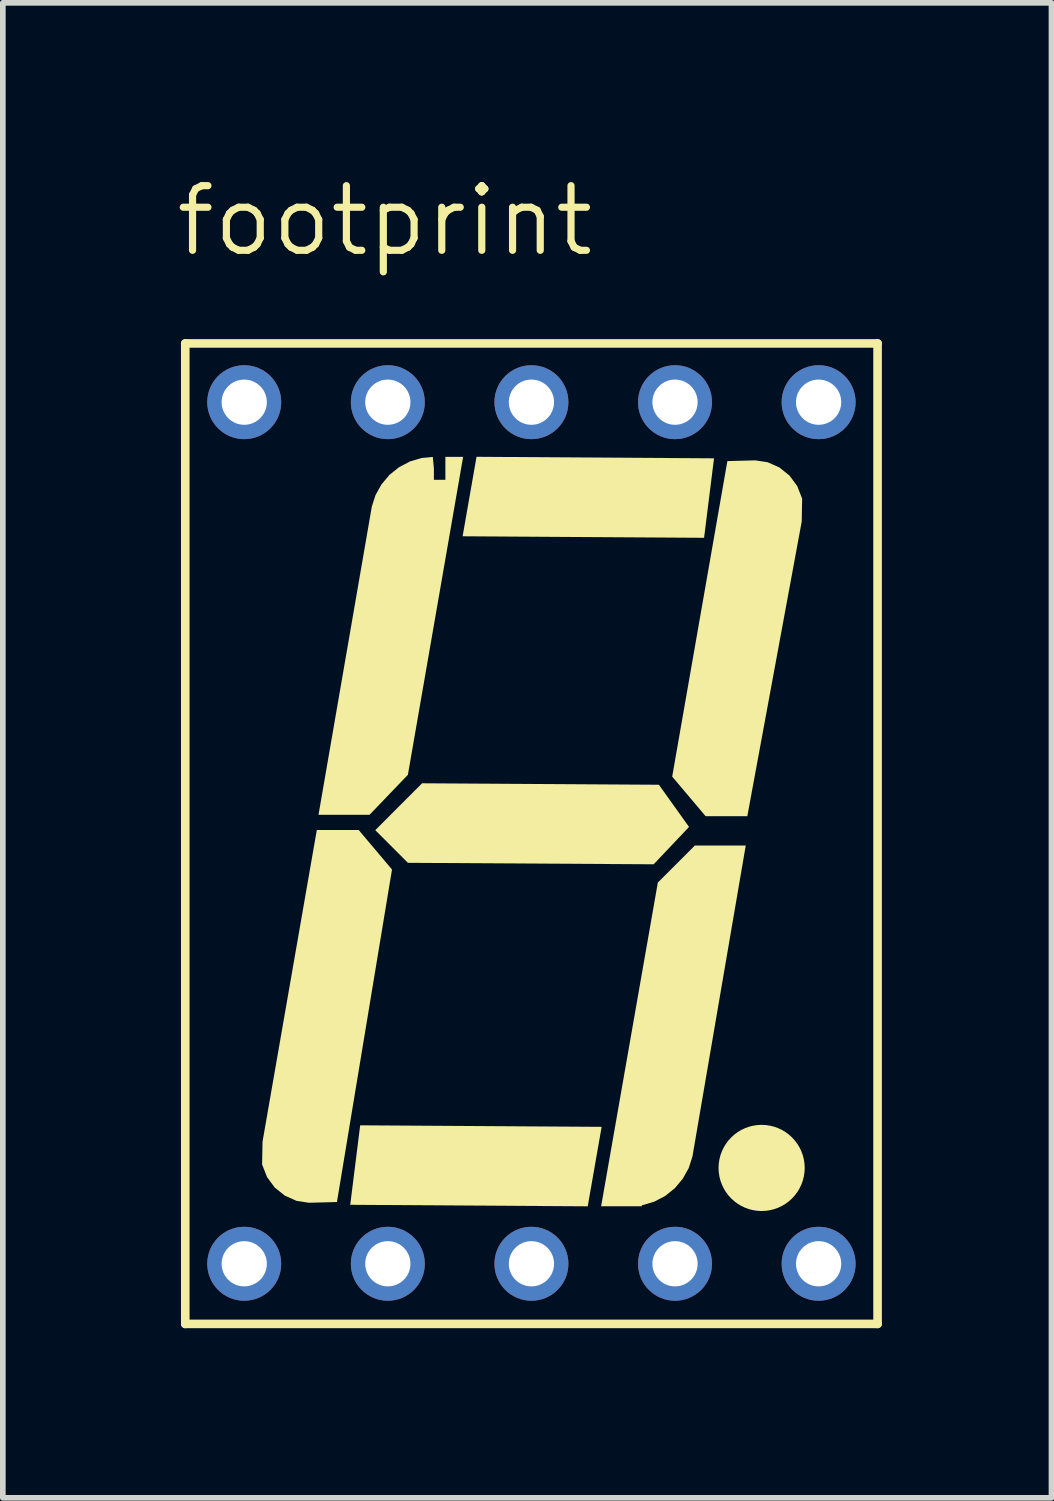
<source format=kicad_pcb>
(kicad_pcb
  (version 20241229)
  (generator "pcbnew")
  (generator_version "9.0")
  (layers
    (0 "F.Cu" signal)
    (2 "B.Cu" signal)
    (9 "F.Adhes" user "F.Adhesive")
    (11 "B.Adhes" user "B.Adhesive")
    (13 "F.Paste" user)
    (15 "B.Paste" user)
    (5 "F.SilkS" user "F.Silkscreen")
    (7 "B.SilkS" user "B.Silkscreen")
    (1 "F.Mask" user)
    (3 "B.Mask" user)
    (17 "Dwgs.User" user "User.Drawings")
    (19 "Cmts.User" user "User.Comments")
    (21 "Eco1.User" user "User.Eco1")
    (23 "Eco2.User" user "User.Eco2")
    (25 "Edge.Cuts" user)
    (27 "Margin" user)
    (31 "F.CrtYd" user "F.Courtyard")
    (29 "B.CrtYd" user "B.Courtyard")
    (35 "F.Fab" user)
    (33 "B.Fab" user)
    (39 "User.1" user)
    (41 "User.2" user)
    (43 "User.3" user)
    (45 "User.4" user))
  (footprint "footprint"
    (layer "F.Cu")
    (at 6.35 11.684)
    (property "Reference" "footprint" (at -6.35 -10.16 0) (layer "F.SilkS") (effects (font (size 1.143 1.143) (thickness 0.127)) (justify left bottom)))
    (fp_line (start -6.123 -8.659) (end -6.123 8.684) (stroke (width 0.152) (type solid)) (layer "F.SilkS"))
    (fp_line (start -6.123 -8.659) (end 6.123 -8.659) (stroke (width 0.152) (type solid)) (layer "F.SilkS"))
    (fp_line (start 6.123 8.684) (end -6.123 8.684) (stroke (width 0.152) (type solid)) (layer "F.SilkS"))
    (fp_line (start 6.123 8.684) (end 6.123 -8.659) (stroke (width 0.152) (type solid)) (layer "F.SilkS"))
    (fp_circle (center 4.072 5.925) (end 4.453 5.925) (stroke (width 0.762) (type solid)) (fill no) (layer "F.SilkS"))
    (fp_poly (pts (xy 1.242 5.198) (xy 0.996 6.604) (xy -3.205 6.577) (xy -3.029 5.171)) (stroke (width 0) (type solid)) (fill yes) (layer "F.SilkS"))
    (fp_poly (pts (xy 3.23 -6.627) (xy 3.054 -5.221) (xy -1.217 -5.248) (xy -0.971 -6.654)) (stroke (width 0) (type solid)) (fill yes) (layer "F.SilkS"))
    (fp_poly (pts (xy 2.255 -0.853) (xy 2.788 -0.107) (xy 2.162 0.554) (xy -2.185 0.528) (xy -2.762 -0.05) (xy -1.934 -0.879)) (stroke (width 0) (type solid)) (fill yes) (layer "F.SilkS"))
    (fp_poly (pts (xy -2.466 0.646) (xy -3.44 6.528) (xy -3.935 6.541) (xy -4.153 6.508) (xy -4.362 6.415) (xy -4.54 6.272) (xy -4.676 6.088) (xy -4.764 5.863) (xy -4.756 5.459) (xy -3.796 -0.053) (xy -3.056 -0.053)) (stroke (width 0) (type solid)) (fill yes) (layer "F.SilkS"))
    (fp_poly (pts (xy 4.178 -6.558) (xy 4.387 -6.465) (xy 4.565 -6.322) (xy 4.701 -6.138) (xy 4.789 -5.913) (xy 4.781 -5.508) (xy 3.819 -0.297) (xy 3.081 -0.297) (xy 2.49 -0.997) (xy 3.466 -6.578) (xy 3.96 -6.591)) (stroke (width 0) (type solid)) (fill yes) (layer "F.SilkS"))
    (fp_poly (pts (xy 2.848 5.724) (xy 2.783 5.926) (xy 2.677 6.116) (xy 2.537 6.283) (xy 2.368 6.419) (xy 2.175 6.521) (xy 1.967 6.583) (xy 1.953 6.584) (xy 1.953 6.603) (xy 1.233 6.603) (xy 2.236 0.877) (xy 2.891 0.222) (xy 3.791 0.222)) (stroke (width 0) (type solid)) (fill yes) (layer "F.SilkS"))
    (fp_poly (pts (xy -2.185 -1.029) (xy -2.863 -0.322) (xy -3.766 -0.322) (xy -2.823 -5.774) (xy -2.758 -5.976) (xy -2.652 -6.166) (xy -2.512 -6.333) (xy -2.343 -6.469) (xy -2.15 -6.571) (xy -1.942 -6.633) (xy -1.745 -6.652) (xy -1.725 -6.45) (xy -1.725 -6.247) (xy -1.522 -6.247) (xy -1.522 -6.653) (xy -1.208 -6.653)) (stroke (width 0) (type solid)) (fill yes) (layer "F.SilkS"))
    (pad "1" thru_hole circle (at -5.08 7.62 90) (size 1.308 1.308) (drill 0.8) (layers "*.Cu" "*.Mask"))
    (pad "2" thru_hole circle (at -2.54 7.62 90) (size 1.308 1.308) (drill 0.8) (layers "*.Cu" "*.Mask"))
    (pad "3" thru_hole circle (at 0 7.62 90) (size 1.308 1.308) (drill 0.8) (layers "*.Cu" "*.Mask"))
    (pad "4" thru_hole circle (at 2.54 7.62 90) (size 1.308 1.308) (drill 0.8) (layers "*.Cu" "*.Mask"))
    (pad "5" thru_hole circle (at 5.08 7.62 90) (size 1.308 1.308) (drill 0.8) (layers "*.Cu" "*.Mask"))
    (pad "6" thru_hole circle (at 5.08 -7.62 90) (size 1.308 1.308) (drill 0.8) (layers "*.Cu" "*.Mask"))
    (pad "7" thru_hole circle (at 2.54 -7.62 90) (size 1.308 1.308) (drill 0.8) (layers "*.Cu" "*.Mask"))
    (pad "8" thru_hole circle (at 0 -7.62 90) (size 1.308 1.308) (drill 0.8) (layers "*.Cu" "*.Mask"))
    (pad "9" thru_hole circle (at -2.54 -7.62 90) (size 1.308 1.308) (drill 0.8) (layers "*.Cu" "*.Mask"))
    (pad "10" thru_hole circle (at -5.08 -7.62 90) (size 1.308 1.308) (drill 0.8) (layers "*.Cu" "*.Mask")))
  (gr_rect
    (start -3 -3)
    (end 15.549 23.444)
    (stroke (width 0.1) (type default))
    (fill no)
    (layer "Edge.Cuts")))
</source>
